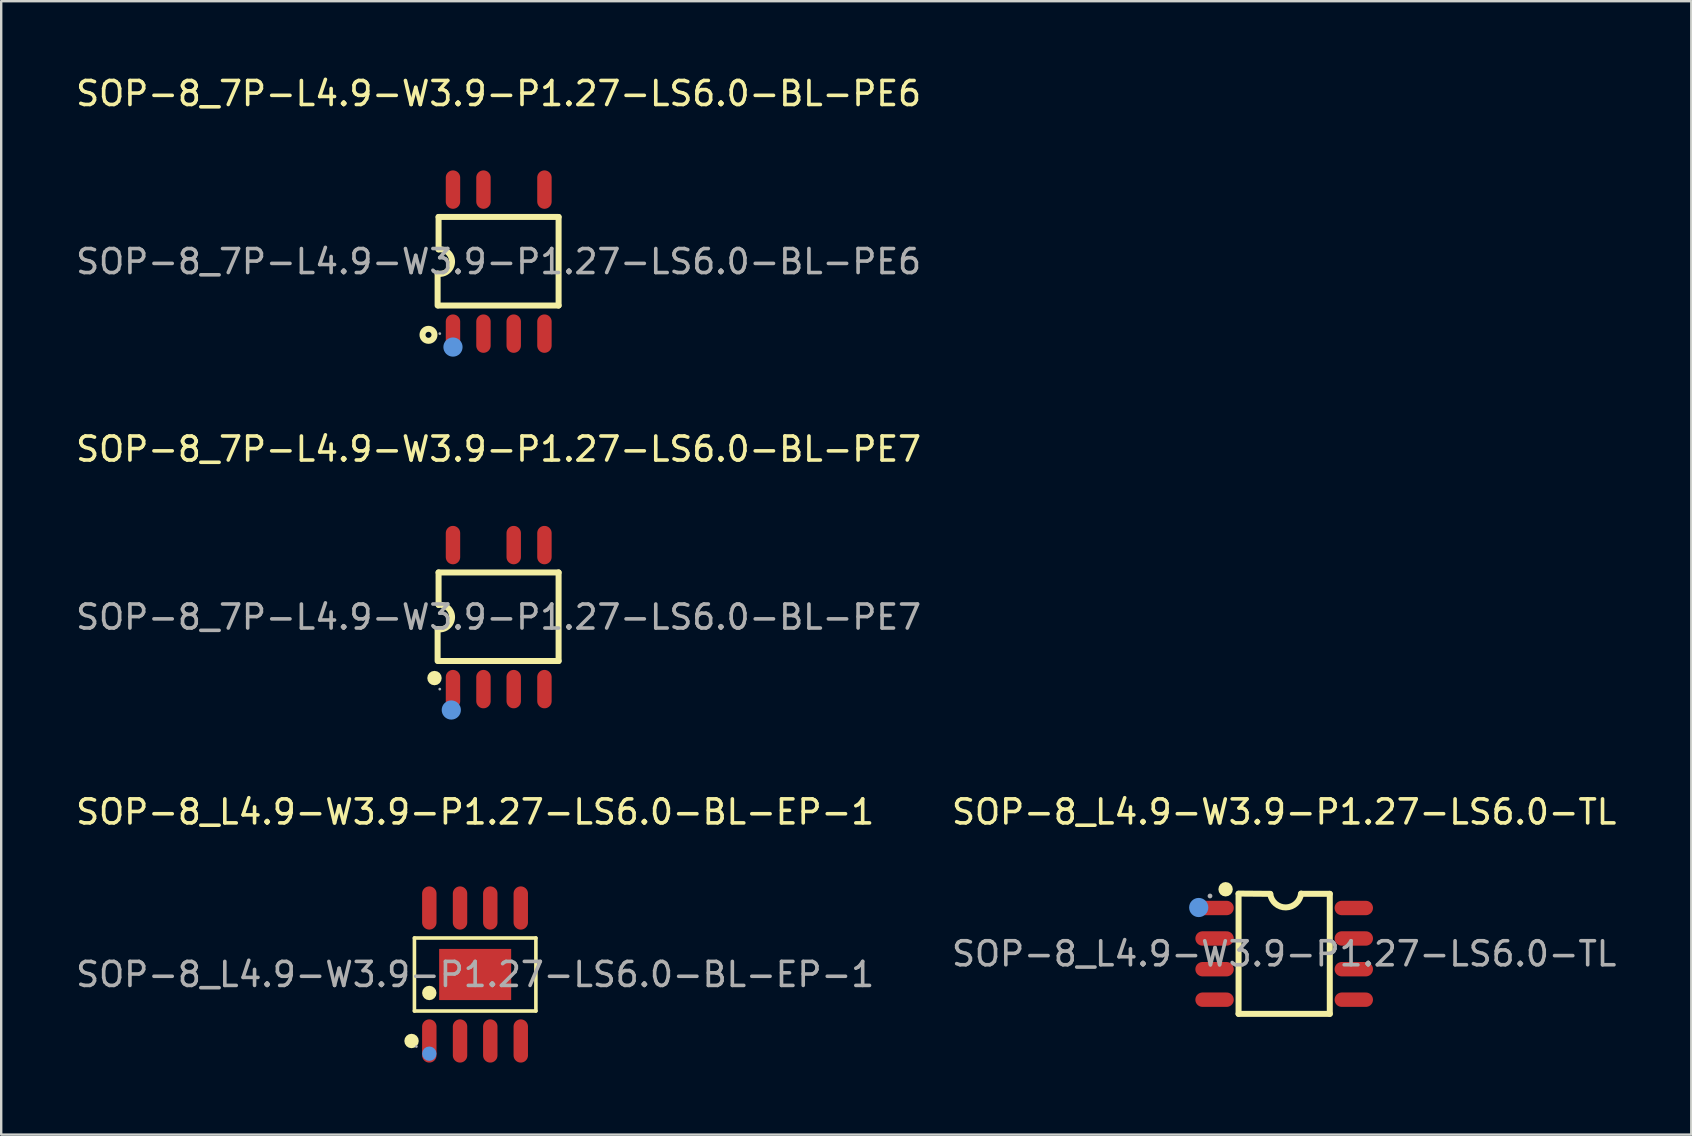
<source format=kicad_pcb>
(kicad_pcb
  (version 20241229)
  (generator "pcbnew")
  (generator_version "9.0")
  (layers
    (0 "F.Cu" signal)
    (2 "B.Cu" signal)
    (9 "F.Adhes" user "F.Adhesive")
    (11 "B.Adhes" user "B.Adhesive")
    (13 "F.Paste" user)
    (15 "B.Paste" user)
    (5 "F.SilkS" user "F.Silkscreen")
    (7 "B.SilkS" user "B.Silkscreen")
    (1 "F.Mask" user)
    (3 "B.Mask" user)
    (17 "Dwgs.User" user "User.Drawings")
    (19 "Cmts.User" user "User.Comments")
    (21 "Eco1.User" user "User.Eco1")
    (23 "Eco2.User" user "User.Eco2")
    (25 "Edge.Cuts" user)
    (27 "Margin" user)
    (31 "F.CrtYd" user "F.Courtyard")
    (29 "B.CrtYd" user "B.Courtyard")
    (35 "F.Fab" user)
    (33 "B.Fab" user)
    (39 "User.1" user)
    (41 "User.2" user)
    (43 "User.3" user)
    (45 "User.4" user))
  (footprint "SOP-8_7P-L4.9-W3.9-P1.27-LS6.0-BL-PE6"
    (layer "F.Cu")
    (at 17.72 7.848)
    (property "Reference" "SOP-8_7P-L4.9-W3.9-P1.27-LS6.0-BL-PE6" (at 0 -7 0) (layer "F.SilkS") (effects (font (size 1 1) (thickness 0.15))))
    (attr through_hole)
    (fp_line (start -2.54 0.5) (end -2.54 1.83) (stroke (width 0.25) (type solid)) (layer "F.SilkS"))
    (fp_line (start -2.5 -1.86) (end -2.5 -0.51) (stroke (width 0.25) (type solid)) (layer "F.SilkS"))
    (fp_line (start -2.5 -1.86) (end 2.5 -1.86) (stroke (width 0.25) (type solid)) (layer "F.SilkS"))
    (fp_line (start -2.5 1.83) (end 2.5 1.83) (stroke (width 0.25) (type solid)) (layer "F.SilkS"))
    (fp_line (start 2.5 -1.86) (end 2.5 1.83) (stroke (width 0.25) (type solid)) (layer "F.SilkS"))
    (fp_arc (start -2.5 -0.51) (mid -1.937901 0.018829) (end -2.537317 0.504951) (stroke (width 0.25) (type solid)) (layer "F.SilkS"))
    (fp_circle (center -2.92 3.05) (end -2.67 3.05) (stroke (width 0.25) (type solid)) (fill no) (layer "F.SilkS"))
    (fp_circle (center -1.9 3.56) (end -1.7 3.56) (stroke (width 0.4) (type solid)) (fill no) (layer "Cmts.User"))
    (fp_circle (center -2.45 3) (end -2.42 3) (stroke (width 0.06) (type solid)) (fill no) (layer "F.Fab"))
    (fp_text user "${REFERENCE}" (at 0 0 0) (layer "F.Fab") (effects (font (size 1 1) (thickness 0.15))))
    (pad "1" smd oval (at -1.9 3 180) (size 0.6 1.6) (layers "F.Cu" "F.Mask" "F.Paste"))
    (pad "2" smd oval (at -0.63 3 180) (size 0.6 1.6) (layers "F.Cu" "F.Mask" "F.Paste"))
    (pad "3" smd oval (at 0.63 3 180) (size 0.6 1.6) (layers "F.Cu" "F.Mask" "F.Paste"))
    (pad "4" smd oval (at 1.91 3 180) (size 0.6 1.6) (layers "F.Cu" "F.Mask" "F.Paste"))
    (pad "5" smd oval (at 1.91 -3 180) (size 0.6 1.6) (layers "F.Cu" "F.Mask" "F.Paste"))
    (pad "7" smd oval (at -0.63 -3 180) (size 0.6 1.6) (layers "F.Cu" "F.Mask" "F.Paste"))
    (pad "8" smd oval (at -1.9 -3 180) (size 0.6 1.6) (layers "F.Cu" "F.Mask" "F.Paste")))
  (footprint "SOP-8_7P-L4.9-W3.9-P1.27-LS6.0-BL-PE7"
    (layer "F.Cu")
    (at 17.72 22.657)
    (property "Reference" "SOP-8_7P-L4.9-W3.9-P1.27-LS6.0-BL-PE7" (at 0 -7 0) (layer "F.SilkS") (effects (font (size 1 1) (thickness 0.15))))
    (attr through_hole)
    (fp_line (start -2.54 0.5) (end -2.54 1.83) (stroke (width 0.25) (type solid)) (layer "F.SilkS"))
    (fp_line (start -2.5 -1.86) (end -2.5 -0.51) (stroke (width 0.25) (type solid)) (layer "F.SilkS"))
    (fp_line (start -2.5 -1.86) (end 2.5 -1.86) (stroke (width 0.25) (type solid)) (layer "F.SilkS"))
    (fp_line (start -2.5 1.83) (end 2.5 1.83) (stroke (width 0.25) (type solid)) (layer "F.SilkS"))
    (fp_line (start 2.5 -1.86) (end 2.5 1.83) (stroke (width 0.25) (type solid)) (layer "F.SilkS"))
    (fp_arc (start -2.5 -0.51) (mid -1.937901 0.018829) (end -2.537317 0.504951) (stroke (width 0.25) (type solid)) (layer "F.SilkS"))
    (fp_circle (center -2.67 2.54) (end -2.52 2.54) (stroke (width 0.3) (type solid)) (fill no) (layer "F.SilkS"))
    (fp_circle (center -1.97 3.87) (end -1.77 3.87) (stroke (width 0.4) (type solid)) (fill no) (layer "Cmts.User"))
    (fp_circle (center -2.45 3) (end -2.42 3) (stroke (width 0.06) (type solid)) (fill no) (layer "F.Fab"))
    (fp_text user "${REFERENCE}" (at 0 0 0) (layer "F.Fab") (effects (font (size 1 1) (thickness 0.15))))
    (pad "1" smd oval (at -1.9 3 180) (size 0.6 1.6) (layers "F.Cu" "F.Mask" "F.Paste"))
    (pad "2" smd oval (at -0.63 3 180) (size 0.6 1.6) (layers "F.Cu" "F.Mask" "F.Paste"))
    (pad "3" smd oval (at 0.63 3 180) (size 0.6 1.6) (layers "F.Cu" "F.Mask" "F.Paste"))
    (pad "4" smd oval (at 1.91 3 180) (size 0.6 1.6) (layers "F.Cu" "F.Mask" "F.Paste"))
    (pad "5" smd oval (at 1.91 -3 180) (size 0.6 1.6) (layers "F.Cu" "F.Mask" "F.Paste"))
    (pad "6" smd oval (at 0.63 -3 180) (size 0.6 1.6) (layers "F.Cu" "F.Mask" "F.Paste"))
    (pad "7" smd oval (at -1.9 -3 180) (size 0.6 1.6) (layers "F.Cu" "F.Mask" "F.Paste")))
  (footprint "SOP-8_L4.9-W3.9-P1.27-LS6.0-TL"
    (layer "F.Cu")
    (at 50.446 36.685)
    (property "Reference" "SOP-8_L4.9-W3.9-P1.27-LS6.0-TL" (at 0 -5.91 0) (layer "F.SilkS") (effects (font (size 1 1) (thickness 0.15))))
    (attr through_hole)
    (fp_line (start -1.9 -2.51) (end -0.58 -2.5) (stroke (width 0.25) (type solid)) (layer "F.SilkS"))
    (fp_line (start -1.9 2.5) (end -1.9 -2.5) (stroke (width 0.25) (type solid)) (layer "F.SilkS"))
    (fp_line (start -1.9 2.5) (end 1.9 2.5) (stroke (width 0.25) (type solid)) (layer "F.SilkS"))
    (fp_line (start 1.9 -2.5) (end 0.71 -2.5) (stroke (width 0.25) (type solid)) (layer "F.SilkS"))
    (fp_line (start 1.9 2.5) (end 1.9 -2.5) (stroke (width 0.25) (type solid)) (layer "F.SilkS"))
    (fp_arc (start -2.44 -2.69) (mid -2.44 -2.69) (end -2.44 -2.69) (stroke (width 0.3) (type solid)) (layer "F.SilkS"))
    (fp_arc (start 0.702535 -2.510365) (mid 0.070261 -1.933784) (end -0.58 -2.49) (stroke (width 0.25) (type solid)) (layer "F.SilkS"))
    (fp_circle (center -3.56 -1.93) (end -3.36 -1.93) (stroke (width 0.4) (type solid)) (fill no) (layer "Cmts.User"))
    (fp_circle (center -3.09 -2.41) (end -3.04 -2.41) (stroke (width 0.1) (type solid)) (fill no) (layer "F.Fab"))
    (fp_text user "${REFERENCE}" (at 0 0 0) (layer "F.Fab") (effects (font (size 1 1) (thickness 0.15))))
    (pad "1" smd oval (at -2.9 -1.91 90) (size 0.6 1.6) (layers "F.Cu" "F.Mask" "F.Paste"))
    (pad "2" smd oval (at -2.9 -0.64 90) (size 0.6 1.6) (layers "F.Cu" "F.Mask" "F.Paste"))
    (pad "3" smd oval (at -2.9 0.64 90) (size 0.6 1.6) (layers "F.Cu" "F.Mask" "F.Paste"))
    (pad "4" smd oval (at -2.9 1.91 90) (size 0.6 1.6) (layers "F.Cu" "F.Mask" "F.Paste"))
    (pad "5" smd oval (at 2.9 1.91 90) (size 0.6 1.6) (layers "F.Cu" "F.Mask" "F.Paste"))
    (pad "6" smd oval (at 2.9 0.64 90) (size 0.6 1.6) (layers "F.Cu" "F.Mask" "F.Paste"))
    (pad "7" smd oval (at 2.9 -0.64 90) (size 0.6 1.6) (layers "F.Cu" "F.Mask" "F.Paste"))
    (pad "8" smd oval (at 2.9 -1.91 90) (size 0.6 1.6) (layers "F.Cu" "F.Mask" "F.Paste")))
  (footprint "SOP-8_L4.9-W3.9-P1.27-LS6.0-BL-EP-1"
    (layer "F.Cu")
    (at 16.744 37.545)
    (property "Reference" "SOP-8_L4.9-W3.9-P1.27-LS6.0-BL-EP-1" (at 0 -6.77 0) (layer "F.SilkS") (effects (font (size 1 1) (thickness 0.15))))
    (attr through_hole)
    (fp_line (start -2.53 -1.52) (end 2.53 -1.52) (stroke (width 0.15) (type solid)) (layer "F.SilkS"))
    (fp_line (start -2.53 1.52) (end -2.53 -1.52) (stroke (width 0.15) (type solid)) (layer "F.SilkS"))
    (fp_line (start 2.53 -1.52) (end 2.53 1.52) (stroke (width 0.15) (type solid)) (layer "F.SilkS"))
    (fp_line (start 2.53 1.52) (end -2.53 1.52) (stroke (width 0.15) (type solid)) (layer "F.SilkS"))
    (fp_circle (center -2.65 2.77) (end -2.5 2.77) (stroke (width 0.3) (type solid)) (fill no) (layer "F.SilkS"))
    (fp_circle (center -1.91 0.77) (end -1.76 0.77) (stroke (width 0.3) (type solid)) (fill no) (layer "F.SilkS"))
    (fp_circle (center -1.91 3.3) (end -1.76 3.3) (stroke (width 0.3) (type solid)) (fill no) (layer "Cmts.User"))
    (fp_circle (center -2.45 3) (end -2.42 3) (stroke (width 0.06) (type solid)) (fill no) (layer "F.Fab"))
    (fp_text user "${REFERENCE}" (at 0 0 0) (layer "F.Fab") (effects (font (size 1 1) (thickness 0.15))))
    (pad "1" smd oval (at -1.91 2.77) (size 0.6 1.8) (layers "F.Cu" "F.Mask" "F.Paste"))
    (pad "2" smd oval (at -0.63 2.77) (size 0.6 1.8) (layers "F.Cu" "F.Mask" "F.Paste"))
    (pad "3" smd oval (at 0.63 2.77) (size 0.6 1.8) (layers "F.Cu" "F.Mask" "F.Paste"))
    (pad "4" smd oval (at 1.9 2.77) (size 0.6 1.8) (layers "F.Cu" "F.Mask" "F.Paste"))
    (pad "5" smd oval (at 1.9 -2.77) (size 0.6 1.8) (layers "F.Cu" "F.Mask" "F.Paste"))
    (pad "6" smd oval (at 0.63 -2.77) (size 0.6 1.8) (layers "F.Cu" "F.Mask" "F.Paste"))
    (pad "7" smd oval (at -0.63 -2.77) (size 0.6 1.8) (layers "F.Cu" "F.Mask" "F.Paste"))
    (pad "8" smd oval (at -1.91 -2.77) (size 0.6 1.8) (layers "F.Cu" "F.Mask" "F.Paste"))
    (pad "9" smd rect (at 0 0) (size 3 2.13) (layers "F.Cu" "F.Mask" "F.Paste")))
  (gr_rect
    (start -3 -3)
    (end 67.405 44.215)
    (stroke (width 0.1) (type default))
    (fill no)
    (layer "Edge.Cuts")))
</source>
